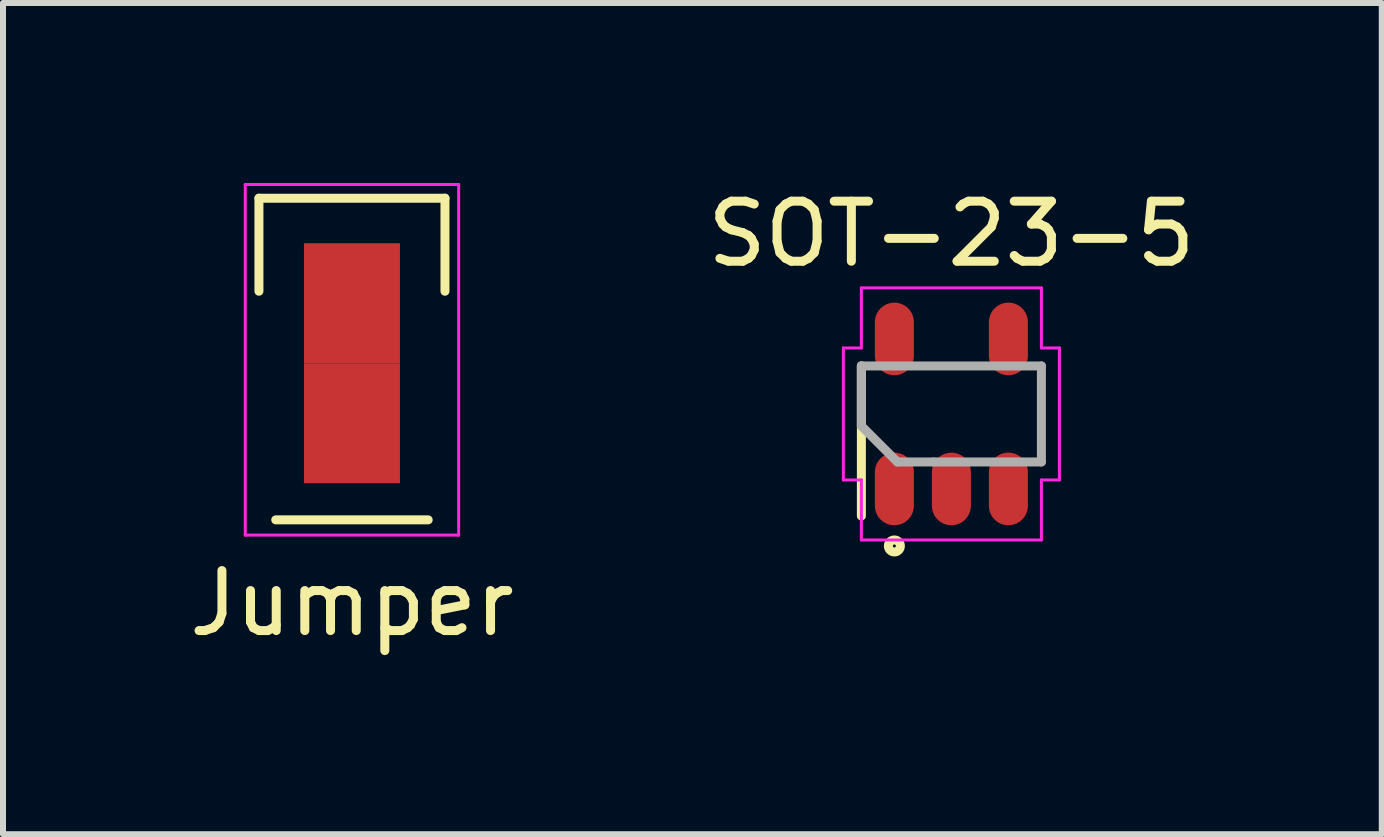
<source format=kicad_pcb>
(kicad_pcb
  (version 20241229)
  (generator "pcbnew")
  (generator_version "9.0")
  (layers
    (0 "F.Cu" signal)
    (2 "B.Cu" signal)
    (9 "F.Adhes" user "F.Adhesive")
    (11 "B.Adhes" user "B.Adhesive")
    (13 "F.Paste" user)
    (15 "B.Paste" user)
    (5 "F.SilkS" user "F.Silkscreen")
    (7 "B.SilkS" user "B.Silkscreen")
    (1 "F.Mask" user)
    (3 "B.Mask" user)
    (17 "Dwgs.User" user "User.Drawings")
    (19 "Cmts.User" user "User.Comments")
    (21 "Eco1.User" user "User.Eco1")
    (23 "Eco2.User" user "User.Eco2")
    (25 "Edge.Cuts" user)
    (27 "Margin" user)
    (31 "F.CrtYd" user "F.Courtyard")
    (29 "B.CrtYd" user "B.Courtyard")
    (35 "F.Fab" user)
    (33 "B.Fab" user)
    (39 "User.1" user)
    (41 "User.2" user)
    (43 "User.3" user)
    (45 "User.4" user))
  (footprint "Jumper"
    (layer "F.Cu")
    (at 2.815 3.003)
    (property "Reference" "Jumper" (at 0 4 0) (layer "F.SilkS") (effects (font (size 1 1) (thickness 0.15))))
    (attr through_hole)
    (fp_line (start -1.55 -2.75) (end 1.55 -2.75) (stroke (width 0.15) (type solid)) (layer "F.SilkS"))
    (fp_line (start -1.55 -1.2) (end -1.55 -2.75) (stroke (width 0.15) (type solid)) (layer "F.SilkS"))
    (fp_line (start -1.27 2.61) (end 1.27 2.61) (stroke (width 0.15) (type solid)) (layer "F.SilkS"))
    (fp_line (start 1.55 -2.75) (end 1.55 -1.2) (stroke (width 0.15) (type solid)) (layer "F.SilkS"))
    (fp_line (start -1.778 -2.978) (end 1.778 -2.978) (stroke (width 0.05) (type solid)) (layer "F.CrtYd"))
    (fp_line (start -1.778 2.864) (end -1.778 -2.978) (stroke (width 0.05) (type solid)) (layer "F.CrtYd"))
    (fp_line (start 1.778 -2.978) (end 1.778 2.864) (stroke (width 0.05) (type solid)) (layer "F.CrtYd"))
    (fp_line (start 1.778 2.864) (end -1.778 2.864) (stroke (width 0.05) (type solid)) (layer "F.CrtYd"))
    (pad "1" smd rect (at 0 -1) (size 1.6 2) (layers "F.Cu"))
    (pad "2" smd rect (at 0 1) (size 1.6 2) (layers "F.Cu")))
  (footprint "SOT-23-5"
    (layer "F.Cu")
    (at 12.804 3.848)
    (property "Reference" "SOT-23-5" (at 0 -3 0) (layer "F.SilkS") (effects (font (size 1 1) (thickness 0.15))))
    (attr smd)
    (fp_line (start -1.5 -0.8) (end -1.5 1.7) (stroke (width 0.15) (type solid)) (layer "F.SilkS"))
    (fp_circle (center -0.95 2.2) (end -0.95 2.1) (stroke (width 0.15) (type solid)) (fill no) (layer "F.SilkS"))
    (fp_line (start -1.8 1.1) (end -1.8 -1.1) (stroke (width 0.05) (type solid)) (layer "F.CrtYd"))
    (fp_line (start -1.5 -1.1) (end -1.8 -1.1) (stroke (width 0.05) (type solid)) (layer "F.CrtYd"))
    (fp_line (start -1.5 -1.1) (end -1.5 -2.1) (stroke (width 0.05) (type solid)) (layer "F.CrtYd"))
    (fp_line (start -1.5 1.1) (end -1.8 1.1) (stroke (width 0.05) (type solid)) (layer "F.CrtYd"))
    (fp_line (start -1.5 2.1) (end -1.5 1.1) (stroke (width 0.05) (type solid)) (layer "F.CrtYd"))
    (fp_line (start 1.5 -2.1) (end -1.5 -2.1) (stroke (width 0.05) (type solid)) (layer "F.CrtYd"))
    (fp_line (start 1.5 -1.1) (end 1.5 -2.1) (stroke (width 0.05) (type solid)) (layer "F.CrtYd"))
    (fp_line (start 1.5 2.1) (end -1.5 2.1) (stroke (width 0.05) (type solid)) (layer "F.CrtYd"))
    (fp_line (start 1.5 2.1) (end 1.5 1.1) (stroke (width 0.05) (type solid)) (layer "F.CrtYd"))
    (fp_line (start 1.8 -1.1) (end 1.5 -1.1) (stroke (width 0.05) (type solid)) (layer "F.CrtYd"))
    (fp_line (start 1.8 1.1) (end 1.5 1.1) (stroke (width 0.05) (type solid)) (layer "F.CrtYd"))
    (fp_line (start 1.8 1.1) (end 1.8 -1.1) (stroke (width 0.05) (type solid)) (layer "F.CrtYd"))
    (fp_line (start -1.5 0.2) (end -1.5 -0.8) (stroke (width 0.15) (type solid)) (layer "F.Fab"))
    (fp_line (start -0.9 0.8) (end -1.5 0.2) (stroke (width 0.15) (type solid)) (layer "F.Fab"))
    (fp_line (start -0.3 0.8) (end -0.9 0.8) (stroke (width 0.15) (type solid)) (layer "F.Fab"))
    (fp_line (start -0.3 0.8) (end 1.5 0.8) (stroke (width 0.15) (type solid)) (layer "F.Fab"))
    (fp_line (start 1.5 -0.8) (end -1.5 -0.8) (stroke (width 0.15) (type solid)) (layer "F.Fab"))
    (fp_line (start 1.5 -0.8) (end 1.5 0.8) (stroke (width 0.15) (type solid)) (layer "F.Fab"))
    (pad "1" smd oval (at -0.95 1.25 90) (size 1.21 0.65) (layers "F.Cu" "F.Mask" "F.Paste"))
    (pad "2" smd oval (at 0 1.25 90) (size 1.21 0.65) (layers "F.Cu" "F.Mask" "F.Paste"))
    (pad "3" smd oval (at 0.95 1.25 90) (size 1.21 0.65) (layers "F.Cu" "F.Mask" "F.Paste"))
    (pad "4" smd oval (at 0.95 -1.25 90) (size 1.21 0.65) (layers "F.Cu" "F.Mask" "F.Paste"))
    (pad "5" smd oval (at -0.95 -1.25 90) (size 1.21 0.65) (layers "F.Cu" "F.Mask" "F.Paste")))
  (gr_rect
    (start -3 -3)
    (end 19.976 10.851)
    (stroke (width 0.1) (type default))
    (fill no)
    (layer "Edge.Cuts")))
</source>
